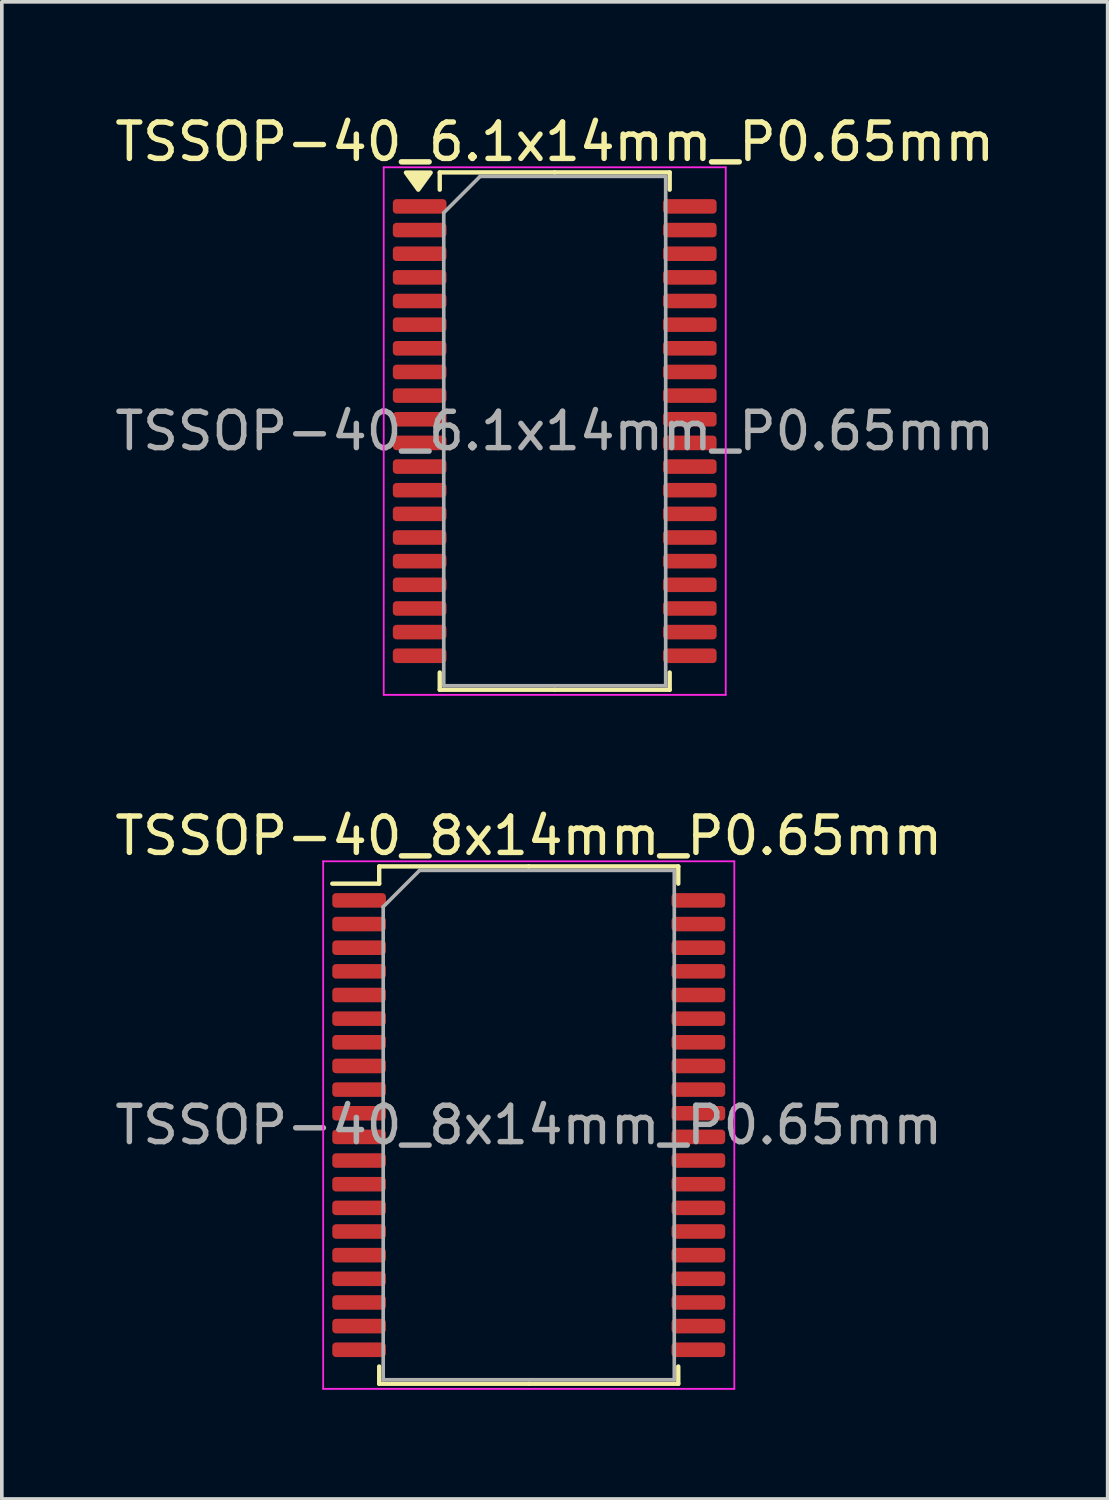
<source format=kicad_pcb>
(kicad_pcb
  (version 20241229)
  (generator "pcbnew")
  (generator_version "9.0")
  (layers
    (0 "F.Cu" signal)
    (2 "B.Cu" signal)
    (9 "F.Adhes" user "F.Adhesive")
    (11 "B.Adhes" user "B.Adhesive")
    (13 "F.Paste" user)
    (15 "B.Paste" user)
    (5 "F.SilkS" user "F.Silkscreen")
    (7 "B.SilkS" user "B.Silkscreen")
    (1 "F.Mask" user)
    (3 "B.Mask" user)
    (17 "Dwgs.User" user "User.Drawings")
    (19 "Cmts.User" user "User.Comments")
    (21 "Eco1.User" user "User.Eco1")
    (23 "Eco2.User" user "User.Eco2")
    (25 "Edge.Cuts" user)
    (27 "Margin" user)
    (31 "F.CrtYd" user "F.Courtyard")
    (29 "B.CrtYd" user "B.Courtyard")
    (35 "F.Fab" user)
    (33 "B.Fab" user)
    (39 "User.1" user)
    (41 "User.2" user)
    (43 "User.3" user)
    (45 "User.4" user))
  (footprint "TSSOP-40_6.1x14mm_P0.65mm"
    (layer "F.Cu")
    (at 12.196 8.798)
    (property "Reference" "TSSOP-40_6.1x14mm_P0.65mm" (at 0 -7.95 0) (layer "F.SilkS") (effects (font (size 1 1) (thickness 0.15))))
    (attr smd)
    (fp_line (start -3.16 -7.11) (end -3.16 -6.635) (stroke (width 0.12) (type solid)) (layer "F.SilkS"))
    (fp_line (start -3.16 7.11) (end -3.16 6.635) (stroke (width 0.12) (type solid)) (layer "F.SilkS"))
    (fp_line (start 0 -7.11) (end -3.16 -7.11) (stroke (width 0.12) (type solid)) (layer "F.SilkS"))
    (fp_line (start 0 -7.11) (end 3.16 -7.11) (stroke (width 0.12) (type solid)) (layer "F.SilkS"))
    (fp_line (start 0 7.11) (end -3.16 7.11) (stroke (width 0.12) (type solid)) (layer "F.SilkS"))
    (fp_line (start 0 7.11) (end 3.16 7.11) (stroke (width 0.12) (type solid)) (layer "F.SilkS"))
    (fp_line (start 3.16 -7.11) (end 3.16 -6.635) (stroke (width 0.12) (type solid)) (layer "F.SilkS"))
    (fp_line (start 3.16 7.11) (end 3.16 6.635) (stroke (width 0.12) (type solid)) (layer "F.SilkS"))
    (fp_poly (pts (xy -3.75 -6.635) (xy -4.09 -7.105) (xy -3.41 -7.105) (xy -3.75 -6.635)) (stroke (width 0.12) (type solid)) (fill yes) (layer "F.SilkS"))
    (fp_line (start -4.7 -7.25) (end -4.7 7.25) (stroke (width 0.05) (type solid)) (layer "F.CrtYd"))
    (fp_line (start -4.7 7.25) (end 4.7 7.25) (stroke (width 0.05) (type solid)) (layer "F.CrtYd"))
    (fp_line (start 4.7 -7.25) (end -4.7 -7.25) (stroke (width 0.05) (type solid)) (layer "F.CrtYd"))
    (fp_line (start 4.7 7.25) (end 4.7 -7.25) (stroke (width 0.05) (type solid)) (layer "F.CrtYd"))
    (fp_line (start -3.05 -6) (end -2.05 -7) (stroke (width 0.1) (type solid)) (layer "F.Fab"))
    (fp_line (start -3.05 7) (end -3.05 -6) (stroke (width 0.1) (type solid)) (layer "F.Fab"))
    (fp_line (start -2.05 -7) (end 3.05 -7) (stroke (width 0.1) (type solid)) (layer "F.Fab"))
    (fp_line (start 3.05 -7) (end 3.05 7) (stroke (width 0.1) (type solid)) (layer "F.Fab"))
    (fp_line (start 3.05 7) (end -3.05 7) (stroke (width 0.1) (type solid)) (layer "F.Fab"))
    (fp_text user "${REFERENCE}" (at 0 0 0) (layer "F.Fab") (effects (font (size 1 1) (thickness 0.15))))
    (pad "1" smd roundrect (at -3.712 -6.175) (size 1.475 0.4) (layers "F.Cu" "F.Mask" "F.Paste") (roundrect_rratio 0.25))
    (pad "2" smd roundrect (at -3.712 -5.525) (size 1.475 0.4) (layers "F.Cu" "F.Mask" "F.Paste") (roundrect_rratio 0.25))
    (pad "3" smd roundrect (at -3.712 -4.875) (size 1.475 0.4) (layers "F.Cu" "F.Mask" "F.Paste") (roundrect_rratio 0.25))
    (pad "4" smd roundrect (at -3.712 -4.225) (size 1.475 0.4) (layers "F.Cu" "F.Mask" "F.Paste") (roundrect_rratio 0.25))
    (pad "5" smd roundrect (at -3.712 -3.575) (size 1.475 0.4) (layers "F.Cu" "F.Mask" "F.Paste") (roundrect_rratio 0.25))
    (pad "6" smd roundrect (at -3.712 -2.925) (size 1.475 0.4) (layers "F.Cu" "F.Mask" "F.Paste") (roundrect_rratio 0.25))
    (pad "7" smd roundrect (at -3.712 -2.275) (size 1.475 0.4) (layers "F.Cu" "F.Mask" "F.Paste") (roundrect_rratio 0.25))
    (pad "8" smd roundrect (at -3.712 -1.625) (size 1.475 0.4) (layers "F.Cu" "F.Mask" "F.Paste") (roundrect_rratio 0.25))
    (pad "9" smd roundrect (at -3.712 -0.975) (size 1.475 0.4) (layers "F.Cu" "F.Mask" "F.Paste") (roundrect_rratio 0.25))
    (pad "10" smd roundrect (at -3.712 -0.325) (size 1.475 0.4) (layers "F.Cu" "F.Mask" "F.Paste") (roundrect_rratio 0.25))
    (pad "11" smd roundrect (at -3.712 0.325) (size 1.475 0.4) (layers "F.Cu" "F.Mask" "F.Paste") (roundrect_rratio 0.25))
    (pad "12" smd roundrect (at -3.712 0.975) (size 1.475 0.4) (layers "F.Cu" "F.Mask" "F.Paste") (roundrect_rratio 0.25))
    (pad "13" smd roundrect (at -3.712 1.625) (size 1.475 0.4) (layers "F.Cu" "F.Mask" "F.Paste") (roundrect_rratio 0.25))
    (pad "14" smd roundrect (at -3.712 2.275) (size 1.475 0.4) (layers "F.Cu" "F.Mask" "F.Paste") (roundrect_rratio 0.25))
    (pad "15" smd roundrect (at -3.712 2.925) (size 1.475 0.4) (layers "F.Cu" "F.Mask" "F.Paste") (roundrect_rratio 0.25))
    (pad "16" smd roundrect (at -3.712 3.575) (size 1.475 0.4) (layers "F.Cu" "F.Mask" "F.Paste") (roundrect_rratio 0.25))
    (pad "17" smd roundrect (at -3.712 4.225) (size 1.475 0.4) (layers "F.Cu" "F.Mask" "F.Paste") (roundrect_rratio 0.25))
    (pad "18" smd roundrect (at -3.712 4.875) (size 1.475 0.4) (layers "F.Cu" "F.Mask" "F.Paste") (roundrect_rratio 0.25))
    (pad "19" smd roundrect (at -3.712 5.525) (size 1.475 0.4) (layers "F.Cu" "F.Mask" "F.Paste") (roundrect_rratio 0.25))
    (pad "20" smd roundrect (at -3.712 6.175) (size 1.475 0.4) (layers "F.Cu" "F.Mask" "F.Paste") (roundrect_rratio 0.25))
    (pad "21" smd roundrect (at 3.712 6.175) (size 1.475 0.4) (layers "F.Cu" "F.Mask" "F.Paste") (roundrect_rratio 0.25))
    (pad "22" smd roundrect (at 3.712 5.525) (size 1.475 0.4) (layers "F.Cu" "F.Mask" "F.Paste") (roundrect_rratio 0.25))
    (pad "23" smd roundrect (at 3.712 4.875) (size 1.475 0.4) (layers "F.Cu" "F.Mask" "F.Paste") (roundrect_rratio 0.25))
    (pad "24" smd roundrect (at 3.712 4.225) (size 1.475 0.4) (layers "F.Cu" "F.Mask" "F.Paste") (roundrect_rratio 0.25))
    (pad "25" smd roundrect (at 3.712 3.575) (size 1.475 0.4) (layers "F.Cu" "F.Mask" "F.Paste") (roundrect_rratio 0.25))
    (pad "26" smd roundrect (at 3.712 2.925) (size 1.475 0.4) (layers "F.Cu" "F.Mask" "F.Paste") (roundrect_rratio 0.25))
    (pad "27" smd roundrect (at 3.712 2.275) (size 1.475 0.4) (layers "F.Cu" "F.Mask" "F.Paste") (roundrect_rratio 0.25))
    (pad "28" smd roundrect (at 3.712 1.625) (size 1.475 0.4) (layers "F.Cu" "F.Mask" "F.Paste") (roundrect_rratio 0.25))
    (pad "29" smd roundrect (at 3.712 0.975) (size 1.475 0.4) (layers "F.Cu" "F.Mask" "F.Paste") (roundrect_rratio 0.25))
    (pad "30" smd roundrect (at 3.712 0.325) (size 1.475 0.4) (layers "F.Cu" "F.Mask" "F.Paste") (roundrect_rratio 0.25))
    (pad "31" smd roundrect (at 3.712 -0.325) (size 1.475 0.4) (layers "F.Cu" "F.Mask" "F.Paste") (roundrect_rratio 0.25))
    (pad "32" smd roundrect (at 3.712 -0.975) (size 1.475 0.4) (layers "F.Cu" "F.Mask" "F.Paste") (roundrect_rratio 0.25))
    (pad "33" smd roundrect (at 3.712 -1.625) (size 1.475 0.4) (layers "F.Cu" "F.Mask" "F.Paste") (roundrect_rratio 0.25))
    (pad "34" smd roundrect (at 3.712 -2.275) (size 1.475 0.4) (layers "F.Cu" "F.Mask" "F.Paste") (roundrect_rratio 0.25))
    (pad "35" smd roundrect (at 3.712 -2.925) (size 1.475 0.4) (layers "F.Cu" "F.Mask" "F.Paste") (roundrect_rratio 0.25))
    (pad "36" smd roundrect (at 3.712 -3.575) (size 1.475 0.4) (layers "F.Cu" "F.Mask" "F.Paste") (roundrect_rratio 0.25))
    (pad "37" smd roundrect (at 3.712 -4.225) (size 1.475 0.4) (layers "F.Cu" "F.Mask" "F.Paste") (roundrect_rratio 0.25))
    (pad "38" smd roundrect (at 3.712 -4.875) (size 1.475 0.4) (layers "F.Cu" "F.Mask" "F.Paste") (roundrect_rratio 0.25))
    (pad "39" smd roundrect (at 3.712 -5.525) (size 1.475 0.4) (layers "F.Cu" "F.Mask" "F.Paste") (roundrect_rratio 0.25))
    (pad "40" smd roundrect (at 3.712 -6.175) (size 1.475 0.4) (layers "F.Cu" "F.Mask" "F.Paste") (roundrect_rratio 0.25)))
  (footprint "TSSOP-40_8x14mm_P0.65mm"
    (layer "F.Cu")
    (at 11.482 27.872)
    (property "Reference" "TSSOP-40_8x14mm_P0.65mm" (at 0 -7.95 0) (layer "F.SilkS") (effects (font (size 1 1) (thickness 0.15))))
    (attr smd)
    (fp_line (start -4.11 -7.11) (end -4.11 -6.635) (stroke (width 0.12) (type solid)) (layer "F.SilkS"))
    (fp_line (start -4.11 -6.635) (end -5.4 -6.635) (stroke (width 0.12) (type solid)) (layer "F.SilkS"))
    (fp_line (start -4.11 7.11) (end -4.11 6.635) (stroke (width 0.12) (type solid)) (layer "F.SilkS"))
    (fp_line (start 0 -7.11) (end -4.11 -7.11) (stroke (width 0.12) (type solid)) (layer "F.SilkS"))
    (fp_line (start 0 -7.11) (end 4.11 -7.11) (stroke (width 0.12) (type solid)) (layer "F.SilkS"))
    (fp_line (start 0 7.11) (end -4.11 7.11) (stroke (width 0.12) (type solid)) (layer "F.SilkS"))
    (fp_line (start 0 7.11) (end 4.11 7.11) (stroke (width 0.12) (type solid)) (layer "F.SilkS"))
    (fp_line (start 4.11 -7.11) (end 4.11 -6.635) (stroke (width 0.12) (type solid)) (layer "F.SilkS"))
    (fp_line (start 4.11 7.11) (end 4.11 6.635) (stroke (width 0.12) (type solid)) (layer "F.SilkS"))
    (fp_line (start -5.65 -7.25) (end -5.65 7.25) (stroke (width 0.05) (type solid)) (layer "F.CrtYd"))
    (fp_line (start -5.65 7.25) (end 5.65 7.25) (stroke (width 0.05) (type solid)) (layer "F.CrtYd"))
    (fp_line (start 5.65 -7.25) (end -5.65 -7.25) (stroke (width 0.05) (type solid)) (layer "F.CrtYd"))
    (fp_line (start 5.65 7.25) (end 5.65 -7.25) (stroke (width 0.05) (type solid)) (layer "F.CrtYd"))
    (fp_line (start -4 -6) (end -3 -7) (stroke (width 0.1) (type solid)) (layer "F.Fab"))
    (fp_line (start -4 7) (end -4 -6) (stroke (width 0.1) (type solid)) (layer "F.Fab"))
    (fp_line (start -3 -7) (end 4 -7) (stroke (width 0.1) (type solid)) (layer "F.Fab"))
    (fp_line (start 4 -7) (end 4 7) (stroke (width 0.1) (type solid)) (layer "F.Fab"))
    (fp_line (start 4 7) (end -4 7) (stroke (width 0.1) (type solid)) (layer "F.Fab"))
    (fp_text user "${REFERENCE}" (at 0 0 0) (layer "F.Fab") (effects (font (size 1 1) (thickness 0.15))))
    (pad "1" smd roundrect (at -4.662 -6.175) (size 1.475 0.4) (layers "F.Cu" "F.Mask" "F.Paste") (roundrect_rratio 0.25))
    (pad "2" smd roundrect (at -4.662 -5.525) (size 1.475 0.4) (layers "F.Cu" "F.Mask" "F.Paste") (roundrect_rratio 0.25))
    (pad "3" smd roundrect (at -4.662 -4.875) (size 1.475 0.4) (layers "F.Cu" "F.Mask" "F.Paste") (roundrect_rratio 0.25))
    (pad "4" smd roundrect (at -4.662 -4.225) (size 1.475 0.4) (layers "F.Cu" "F.Mask" "F.Paste") (roundrect_rratio 0.25))
    (pad "5" smd roundrect (at -4.662 -3.575) (size 1.475 0.4) (layers "F.Cu" "F.Mask" "F.Paste") (roundrect_rratio 0.25))
    (pad "6" smd roundrect (at -4.662 -2.925) (size 1.475 0.4) (layers "F.Cu" "F.Mask" "F.Paste") (roundrect_rratio 0.25))
    (pad "7" smd roundrect (at -4.662 -2.275) (size 1.475 0.4) (layers "F.Cu" "F.Mask" "F.Paste") (roundrect_rratio 0.25))
    (pad "8" smd roundrect (at -4.662 -1.625) (size 1.475 0.4) (layers "F.Cu" "F.Mask" "F.Paste") (roundrect_rratio 0.25))
    (pad "9" smd roundrect (at -4.662 -0.975) (size 1.475 0.4) (layers "F.Cu" "F.Mask" "F.Paste") (roundrect_rratio 0.25))
    (pad "10" smd roundrect (at -4.662 -0.325) (size 1.475 0.4) (layers "F.Cu" "F.Mask" "F.Paste") (roundrect_rratio 0.25))
    (pad "11" smd roundrect (at -4.662 0.325) (size 1.475 0.4) (layers "F.Cu" "F.Mask" "F.Paste") (roundrect_rratio 0.25))
    (pad "12" smd roundrect (at -4.662 0.975) (size 1.475 0.4) (layers "F.Cu" "F.Mask" "F.Paste") (roundrect_rratio 0.25))
    (pad "13" smd roundrect (at -4.662 1.625) (size 1.475 0.4) (layers "F.Cu" "F.Mask" "F.Paste") (roundrect_rratio 0.25))
    (pad "14" smd roundrect (at -4.662 2.275) (size 1.475 0.4) (layers "F.Cu" "F.Mask" "F.Paste") (roundrect_rratio 0.25))
    (pad "15" smd roundrect (at -4.662 2.925) (size 1.475 0.4) (layers "F.Cu" "F.Mask" "F.Paste") (roundrect_rratio 0.25))
    (pad "16" smd roundrect (at -4.662 3.575) (size 1.475 0.4) (layers "F.Cu" "F.Mask" "F.Paste") (roundrect_rratio 0.25))
    (pad "17" smd roundrect (at -4.662 4.225) (size 1.475 0.4) (layers "F.Cu" "F.Mask" "F.Paste") (roundrect_rratio 0.25))
    (pad "18" smd roundrect (at -4.662 4.875) (size 1.475 0.4) (layers "F.Cu" "F.Mask" "F.Paste") (roundrect_rratio 0.25))
    (pad "19" smd roundrect (at -4.662 5.525) (size 1.475 0.4) (layers "F.Cu" "F.Mask" "F.Paste") (roundrect_rratio 0.25))
    (pad "20" smd roundrect (at -4.662 6.175) (size 1.475 0.4) (layers "F.Cu" "F.Mask" "F.Paste") (roundrect_rratio 0.25))
    (pad "21" smd roundrect (at 4.662 6.175) (size 1.475 0.4) (layers "F.Cu" "F.Mask" "F.Paste") (roundrect_rratio 0.25))
    (pad "22" smd roundrect (at 4.662 5.525) (size 1.475 0.4) (layers "F.Cu" "F.Mask" "F.Paste") (roundrect_rratio 0.25))
    (pad "23" smd roundrect (at 4.662 4.875) (size 1.475 0.4) (layers "F.Cu" "F.Mask" "F.Paste") (roundrect_rratio 0.25))
    (pad "24" smd roundrect (at 4.662 4.225) (size 1.475 0.4) (layers "F.Cu" "F.Mask" "F.Paste") (roundrect_rratio 0.25))
    (pad "25" smd roundrect (at 4.662 3.575) (size 1.475 0.4) (layers "F.Cu" "F.Mask" "F.Paste") (roundrect_rratio 0.25))
    (pad "26" smd roundrect (at 4.662 2.925) (size 1.475 0.4) (layers "F.Cu" "F.Mask" "F.Paste") (roundrect_rratio 0.25))
    (pad "27" smd roundrect (at 4.662 2.275) (size 1.475 0.4) (layers "F.Cu" "F.Mask" "F.Paste") (roundrect_rratio 0.25))
    (pad "28" smd roundrect (at 4.662 1.625) (size 1.475 0.4) (layers "F.Cu" "F.Mask" "F.Paste") (roundrect_rratio 0.25))
    (pad "29" smd roundrect (at 4.662 0.975) (size 1.475 0.4) (layers "F.Cu" "F.Mask" "F.Paste") (roundrect_rratio 0.25))
    (pad "30" smd roundrect (at 4.662 0.325) (size 1.475 0.4) (layers "F.Cu" "F.Mask" "F.Paste") (roundrect_rratio 0.25))
    (pad "31" smd roundrect (at 4.662 -0.325) (size 1.475 0.4) (layers "F.Cu" "F.Mask" "F.Paste") (roundrect_rratio 0.25))
    (pad "32" smd roundrect (at 4.662 -0.975) (size 1.475 0.4) (layers "F.Cu" "F.Mask" "F.Paste") (roundrect_rratio 0.25))
    (pad "33" smd roundrect (at 4.662 -1.625) (size 1.475 0.4) (layers "F.Cu" "F.Mask" "F.Paste") (roundrect_rratio 0.25))
    (pad "34" smd roundrect (at 4.662 -2.275) (size 1.475 0.4) (layers "F.Cu" "F.Mask" "F.Paste") (roundrect_rratio 0.25))
    (pad "35" smd roundrect (at 4.662 -2.925) (size 1.475 0.4) (layers "F.Cu" "F.Mask" "F.Paste") (roundrect_rratio 0.25))
    (pad "36" smd roundrect (at 4.662 -3.575) (size 1.475 0.4) (layers "F.Cu" "F.Mask" "F.Paste") (roundrect_rratio 0.25))
    (pad "37" smd roundrect (at 4.662 -4.225) (size 1.475 0.4) (layers "F.Cu" "F.Mask" "F.Paste") (roundrect_rratio 0.25))
    (pad "38" smd roundrect (at 4.662 -4.875) (size 1.475 0.4) (layers "F.Cu" "F.Mask" "F.Paste") (roundrect_rratio 0.25))
    (pad "39" smd roundrect (at 4.662 -5.525) (size 1.475 0.4) (layers "F.Cu" "F.Mask" "F.Paste") (roundrect_rratio 0.25))
    (pad "40" smd roundrect (at 4.662 -6.175) (size 1.475 0.4) (layers "F.Cu" "F.Mask" "F.Paste") (roundrect_rratio 0.25)))
  (gr_rect
    (start -3 -3)
    (end 27.393 38.147)
    (stroke (width 0.1) (type default))
    (fill no)
    (layer "Edge.Cuts")))
</source>
